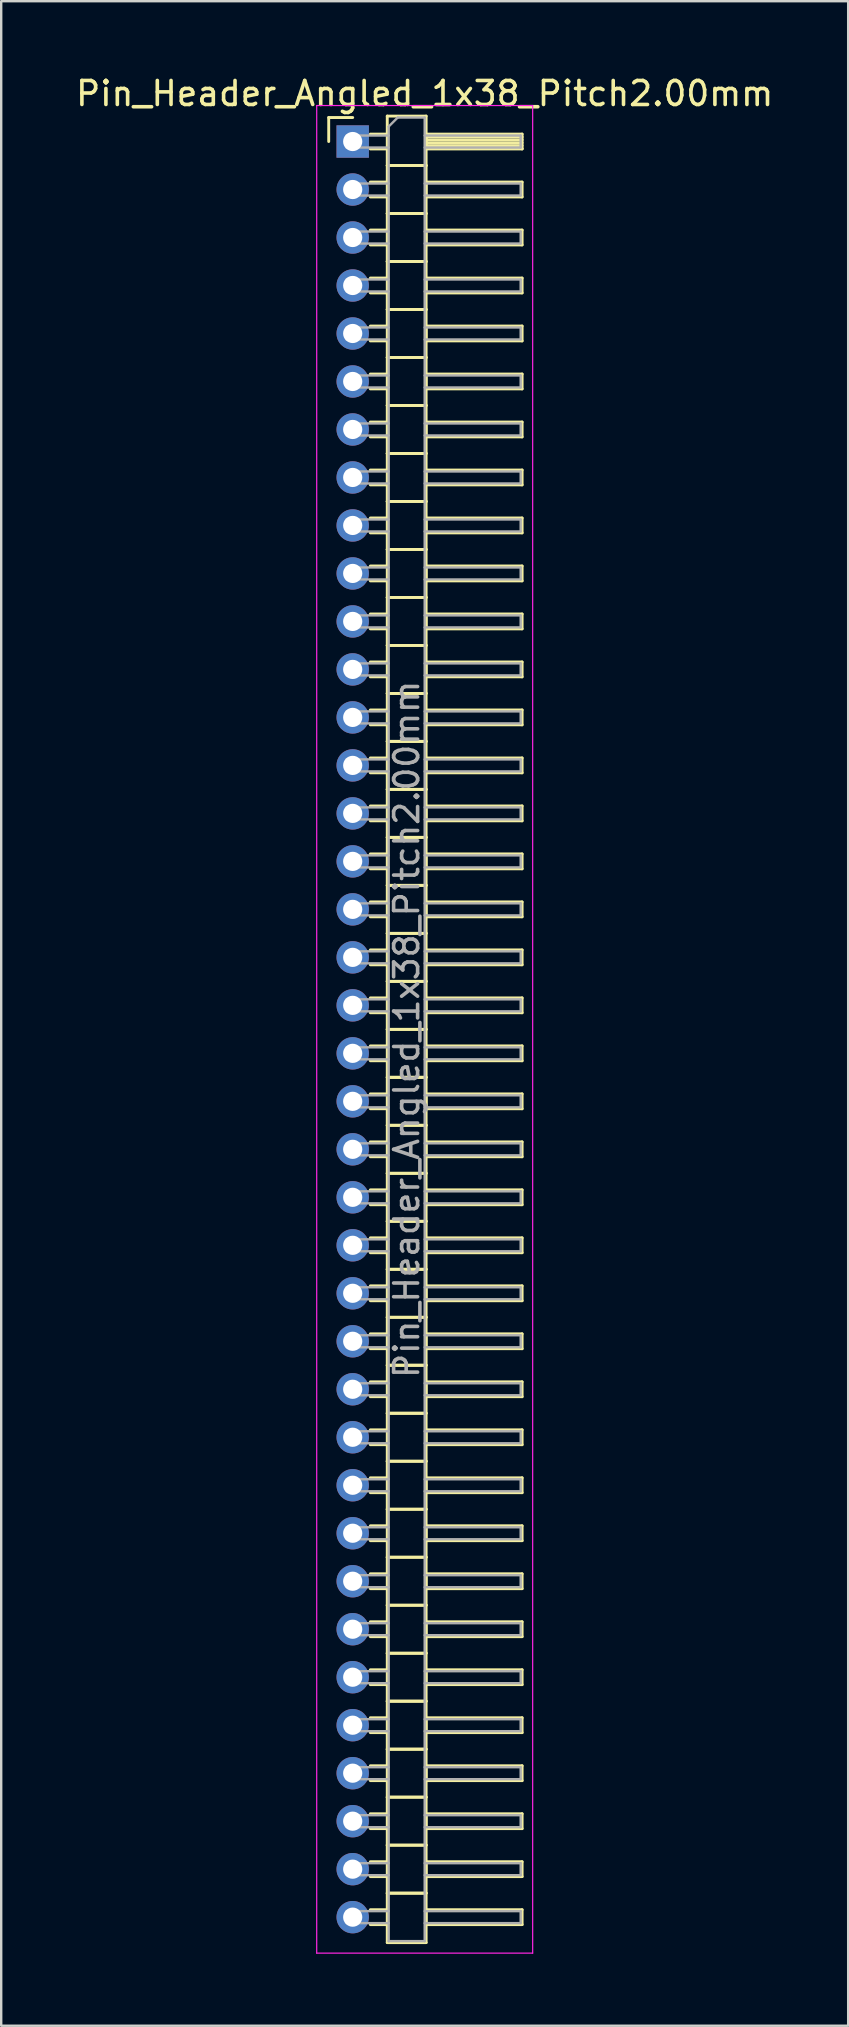
<source format=kicad_pcb>
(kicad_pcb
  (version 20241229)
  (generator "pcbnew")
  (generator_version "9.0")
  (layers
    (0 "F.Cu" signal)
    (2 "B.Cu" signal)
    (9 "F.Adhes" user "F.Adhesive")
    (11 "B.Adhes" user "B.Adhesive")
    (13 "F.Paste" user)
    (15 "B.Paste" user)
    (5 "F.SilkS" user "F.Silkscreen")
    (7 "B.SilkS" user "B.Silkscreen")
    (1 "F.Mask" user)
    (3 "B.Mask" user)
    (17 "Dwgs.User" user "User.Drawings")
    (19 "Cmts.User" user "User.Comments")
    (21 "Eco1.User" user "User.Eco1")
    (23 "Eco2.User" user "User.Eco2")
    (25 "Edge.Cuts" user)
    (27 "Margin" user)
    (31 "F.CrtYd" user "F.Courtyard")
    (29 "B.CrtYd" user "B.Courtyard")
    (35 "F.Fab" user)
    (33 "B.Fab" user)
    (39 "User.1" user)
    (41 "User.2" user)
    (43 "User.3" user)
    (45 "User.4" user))
  (footprint "Pin_Header_Angled_1x38_Pitch2.00mm"
    (layer "F.Cu")
    (at 11.649 2.848)
    (property "Reference" "Pin_Header_Angled_1x38_Pitch2.00mm" (at 3 -2 0) (layer "F.SilkS") (effects (font (size 1 1) (thickness 0.15))))
    (attr through_hole)
    (fp_line (start -1 -1) (end 0 -1) (stroke (width 0.12) (type solid)) (layer "F.SilkS"))
    (fp_line (start -1 0) (end -1 -1) (stroke (width 0.12) (type solid)) (layer "F.SilkS"))
    (fp_line (start 0.735 -0.31) (end 1.44 -0.31) (stroke (width 0.12) (type solid)) (layer "F.SilkS"))
    (fp_line (start 0.735 0.31) (end 1.44 0.31) (stroke (width 0.12) (type solid)) (layer "F.SilkS"))
    (fp_line (start 0.735 1.69) (end 1.44 1.69) (stroke (width 0.12) (type solid)) (layer "F.SilkS"))
    (fp_line (start 0.735 2.31) (end 1.44 2.31) (stroke (width 0.12) (type solid)) (layer "F.SilkS"))
    (fp_line (start 0.735 3.69) (end 1.44 3.69) (stroke (width 0.12) (type solid)) (layer "F.SilkS"))
    (fp_line (start 0.735 4.31) (end 1.44 4.31) (stroke (width 0.12) (type solid)) (layer "F.SilkS"))
    (fp_line (start 0.735 5.69) (end 1.44 5.69) (stroke (width 0.12) (type solid)) (layer "F.SilkS"))
    (fp_line (start 0.735 6.31) (end 1.44 6.31) (stroke (width 0.12) (type solid)) (layer "F.SilkS"))
    (fp_line (start 0.735 7.69) (end 1.44 7.69) (stroke (width 0.12) (type solid)) (layer "F.SilkS"))
    (fp_line (start 0.735 8.31) (end 1.44 8.31) (stroke (width 0.12) (type solid)) (layer "F.SilkS"))
    (fp_line (start 0.735 9.69) (end 1.44 9.69) (stroke (width 0.12) (type solid)) (layer "F.SilkS"))
    (fp_line (start 0.735 10.31) (end 1.44 10.31) (stroke (width 0.12) (type solid)) (layer "F.SilkS"))
    (fp_line (start 0.735 11.69) (end 1.44 11.69) (stroke (width 0.12) (type solid)) (layer "F.SilkS"))
    (fp_line (start 0.735 12.31) (end 1.44 12.31) (stroke (width 0.12) (type solid)) (layer "F.SilkS"))
    (fp_line (start 0.735 13.69) (end 1.44 13.69) (stroke (width 0.12) (type solid)) (layer "F.SilkS"))
    (fp_line (start 0.735 14.31) (end 1.44 14.31) (stroke (width 0.12) (type solid)) (layer "F.SilkS"))
    (fp_line (start 0.735 15.69) (end 1.44 15.69) (stroke (width 0.12) (type solid)) (layer "F.SilkS"))
    (fp_line (start 0.735 16.31) (end 1.44 16.31) (stroke (width 0.12) (type solid)) (layer "F.SilkS"))
    (fp_line (start 0.735 17.69) (end 1.44 17.69) (stroke (width 0.12) (type solid)) (layer "F.SilkS"))
    (fp_line (start 0.735 18.31) (end 1.44 18.31) (stroke (width 0.12) (type solid)) (layer "F.SilkS"))
    (fp_line (start 0.735 19.69) (end 1.44 19.69) (stroke (width 0.12) (type solid)) (layer "F.SilkS"))
    (fp_line (start 0.735 20.31) (end 1.44 20.31) (stroke (width 0.12) (type solid)) (layer "F.SilkS"))
    (fp_line (start 0.735 21.69) (end 1.44 21.69) (stroke (width 0.12) (type solid)) (layer "F.SilkS"))
    (fp_line (start 0.735 22.31) (end 1.44 22.31) (stroke (width 0.12) (type solid)) (layer "F.SilkS"))
    (fp_line (start 0.735 23.69) (end 1.44 23.69) (stroke (width 0.12) (type solid)) (layer "F.SilkS"))
    (fp_line (start 0.735 24.31) (end 1.44 24.31) (stroke (width 0.12) (type solid)) (layer "F.SilkS"))
    (fp_line (start 0.735 25.69) (end 1.44 25.69) (stroke (width 0.12) (type solid)) (layer "F.SilkS"))
    (fp_line (start 0.735 26.31) (end 1.44 26.31) (stroke (width 0.12) (type solid)) (layer "F.SilkS"))
    (fp_line (start 0.735 27.69) (end 1.44 27.69) (stroke (width 0.12) (type solid)) (layer "F.SilkS"))
    (fp_line (start 0.735 28.31) (end 1.44 28.31) (stroke (width 0.12) (type solid)) (layer "F.SilkS"))
    (fp_line (start 0.735 29.69) (end 1.44 29.69) (stroke (width 0.12) (type solid)) (layer "F.SilkS"))
    (fp_line (start 0.735 30.31) (end 1.44 30.31) (stroke (width 0.12) (type solid)) (layer "F.SilkS"))
    (fp_line (start 0.735 31.69) (end 1.44 31.69) (stroke (width 0.12) (type solid)) (layer "F.SilkS"))
    (fp_line (start 0.735 32.31) (end 1.44 32.31) (stroke (width 0.12) (type solid)) (layer "F.SilkS"))
    (fp_line (start 0.735 33.69) (end 1.44 33.69) (stroke (width 0.12) (type solid)) (layer "F.SilkS"))
    (fp_line (start 0.735 34.31) (end 1.44 34.31) (stroke (width 0.12) (type solid)) (layer "F.SilkS"))
    (fp_line (start 0.735 35.69) (end 1.44 35.69) (stroke (width 0.12) (type solid)) (layer "F.SilkS"))
    (fp_line (start 0.735 36.31) (end 1.44 36.31) (stroke (width 0.12) (type solid)) (layer "F.SilkS"))
    (fp_line (start 0.735 37.69) (end 1.44 37.69) (stroke (width 0.12) (type solid)) (layer "F.SilkS"))
    (fp_line (start 0.735 38.31) (end 1.44 38.31) (stroke (width 0.12) (type solid)) (layer "F.SilkS"))
    (fp_line (start 0.735 39.69) (end 1.44 39.69) (stroke (width 0.12) (type solid)) (layer "F.SilkS"))
    (fp_line (start 0.735 40.31) (end 1.44 40.31) (stroke (width 0.12) (type solid)) (layer "F.SilkS"))
    (fp_line (start 0.735 41.69) (end 1.44 41.69) (stroke (width 0.12) (type solid)) (layer "F.SilkS"))
    (fp_line (start 0.735 42.31) (end 1.44 42.31) (stroke (width 0.12) (type solid)) (layer "F.SilkS"))
    (fp_line (start 0.735 43.69) (end 1.44 43.69) (stroke (width 0.12) (type solid)) (layer "F.SilkS"))
    (fp_line (start 0.735 44.31) (end 1.44 44.31) (stroke (width 0.12) (type solid)) (layer "F.SilkS"))
    (fp_line (start 0.735 45.69) (end 1.44 45.69) (stroke (width 0.12) (type solid)) (layer "F.SilkS"))
    (fp_line (start 0.735 46.31) (end 1.44 46.31) (stroke (width 0.12) (type solid)) (layer "F.SilkS"))
    (fp_line (start 0.735 47.69) (end 1.44 47.69) (stroke (width 0.12) (type solid)) (layer "F.SilkS"))
    (fp_line (start 0.735 48.31) (end 1.44 48.31) (stroke (width 0.12) (type solid)) (layer "F.SilkS"))
    (fp_line (start 0.735 49.69) (end 1.44 49.69) (stroke (width 0.12) (type solid)) (layer "F.SilkS"))
    (fp_line (start 0.735 50.31) (end 1.44 50.31) (stroke (width 0.12) (type solid)) (layer "F.SilkS"))
    (fp_line (start 0.735 51.69) (end 1.44 51.69) (stroke (width 0.12) (type solid)) (layer "F.SilkS"))
    (fp_line (start 0.735 52.31) (end 1.44 52.31) (stroke (width 0.12) (type solid)) (layer "F.SilkS"))
    (fp_line (start 0.735 53.69) (end 1.44 53.69) (stroke (width 0.12) (type solid)) (layer "F.SilkS"))
    (fp_line (start 0.735 54.31) (end 1.44 54.31) (stroke (width 0.12) (type solid)) (layer "F.SilkS"))
    (fp_line (start 0.735 55.69) (end 1.44 55.69) (stroke (width 0.12) (type solid)) (layer "F.SilkS"))
    (fp_line (start 0.735 56.31) (end 1.44 56.31) (stroke (width 0.12) (type solid)) (layer "F.SilkS"))
    (fp_line (start 0.735 57.69) (end 1.44 57.69) (stroke (width 0.12) (type solid)) (layer "F.SilkS"))
    (fp_line (start 0.735 58.31) (end 1.44 58.31) (stroke (width 0.12) (type solid)) (layer "F.SilkS"))
    (fp_line (start 0.735 59.69) (end 1.44 59.69) (stroke (width 0.12) (type solid)) (layer "F.SilkS"))
    (fp_line (start 0.735 60.31) (end 1.44 60.31) (stroke (width 0.12) (type solid)) (layer "F.SilkS"))
    (fp_line (start 0.735 61.69) (end 1.44 61.69) (stroke (width 0.12) (type solid)) (layer "F.SilkS"))
    (fp_line (start 0.735 62.31) (end 1.44 62.31) (stroke (width 0.12) (type solid)) (layer "F.SilkS"))
    (fp_line (start 0.735 63.69) (end 1.44 63.69) (stroke (width 0.12) (type solid)) (layer "F.SilkS"))
    (fp_line (start 0.735 64.31) (end 1.44 64.31) (stroke (width 0.12) (type solid)) (layer "F.SilkS"))
    (fp_line (start 0.735 65.69) (end 1.44 65.69) (stroke (width 0.12) (type solid)) (layer "F.SilkS"))
    (fp_line (start 0.735 66.31) (end 1.44 66.31) (stroke (width 0.12) (type solid)) (layer "F.SilkS"))
    (fp_line (start 0.735 67.69) (end 1.44 67.69) (stroke (width 0.12) (type solid)) (layer "F.SilkS"))
    (fp_line (start 0.735 68.31) (end 1.44 68.31) (stroke (width 0.12) (type solid)) (layer "F.SilkS"))
    (fp_line (start 0.735 69.69) (end 1.44 69.69) (stroke (width 0.12) (type solid)) (layer "F.SilkS"))
    (fp_line (start 0.735 70.31) (end 1.44 70.31) (stroke (width 0.12) (type solid)) (layer "F.SilkS"))
    (fp_line (start 0.735 71.69) (end 1.44 71.69) (stroke (width 0.12) (type solid)) (layer "F.SilkS"))
    (fp_line (start 0.735 72.31) (end 1.44 72.31) (stroke (width 0.12) (type solid)) (layer "F.SilkS"))
    (fp_line (start 0.735 73.69) (end 1.44 73.69) (stroke (width 0.12) (type solid)) (layer "F.SilkS"))
    (fp_line (start 0.735 74.31) (end 1.44 74.31) (stroke (width 0.12) (type solid)) (layer "F.SilkS"))
    (fp_line (start 1.44 -1.06) (end 1.44 1) (stroke (width 0.12) (type solid)) (layer "F.SilkS"))
    (fp_line (start 1.44 1) (end 1.44 3) (stroke (width 0.12) (type solid)) (layer "F.SilkS"))
    (fp_line (start 1.44 1) (end 3.06 1) (stroke (width 0.12) (type solid)) (layer "F.SilkS"))
    (fp_line (start 1.44 3) (end 1.44 5) (stroke (width 0.12) (type solid)) (layer "F.SilkS"))
    (fp_line (start 1.44 3) (end 3.06 3) (stroke (width 0.12) (type solid)) (layer "F.SilkS"))
    (fp_line (start 1.44 5) (end 1.44 7) (stroke (width 0.12) (type solid)) (layer "F.SilkS"))
    (fp_line (start 1.44 5) (end 3.06 5) (stroke (width 0.12) (type solid)) (layer "F.SilkS"))
    (fp_line (start 1.44 7) (end 1.44 9) (stroke (width 0.12) (type solid)) (layer "F.SilkS"))
    (fp_line (start 1.44 7) (end 3.06 7) (stroke (width 0.12) (type solid)) (layer "F.SilkS"))
    (fp_line (start 1.44 9) (end 1.44 11) (stroke (width 0.12) (type solid)) (layer "F.SilkS"))
    (fp_line (start 1.44 9) (end 3.06 9) (stroke (width 0.12) (type solid)) (layer "F.SilkS"))
    (fp_line (start 1.44 11) (end 1.44 13) (stroke (width 0.12) (type solid)) (layer "F.SilkS"))
    (fp_line (start 1.44 11) (end 3.06 11) (stroke (width 0.12) (type solid)) (layer "F.SilkS"))
    (fp_line (start 1.44 13) (end 1.44 15) (stroke (width 0.12) (type solid)) (layer "F.SilkS"))
    (fp_line (start 1.44 13) (end 3.06 13) (stroke (width 0.12) (type solid)) (layer "F.SilkS"))
    (fp_line (start 1.44 15) (end 1.44 17) (stroke (width 0.12) (type solid)) (layer "F.SilkS"))
    (fp_line (start 1.44 15) (end 3.06 15) (stroke (width 0.12) (type solid)) (layer "F.SilkS"))
    (fp_line (start 1.44 17) (end 1.44 19) (stroke (width 0.12) (type solid)) (layer "F.SilkS"))
    (fp_line (start 1.44 17) (end 3.06 17) (stroke (width 0.12) (type solid)) (layer "F.SilkS"))
    (fp_line (start 1.44 19) (end 1.44 21) (stroke (width 0.12) (type solid)) (layer "F.SilkS"))
    (fp_line (start 1.44 19) (end 3.06 19) (stroke (width 0.12) (type solid)) (layer "F.SilkS"))
    (fp_line (start 1.44 21) (end 1.44 23) (stroke (width 0.12) (type solid)) (layer "F.SilkS"))
    (fp_line (start 1.44 21) (end 3.06 21) (stroke (width 0.12) (type solid)) (layer "F.SilkS"))
    (fp_line (start 1.44 23) (end 1.44 25) (stroke (width 0.12) (type solid)) (layer "F.SilkS"))
    (fp_line (start 1.44 23) (end 3.06 23) (stroke (width 0.12) (type solid)) (layer "F.SilkS"))
    (fp_line (start 1.44 25) (end 1.44 27) (stroke (width 0.12) (type solid)) (layer "F.SilkS"))
    (fp_line (start 1.44 25) (end 3.06 25) (stroke (width 0.12) (type solid)) (layer "F.SilkS"))
    (fp_line (start 1.44 27) (end 1.44 29) (stroke (width 0.12) (type solid)) (layer "F.SilkS"))
    (fp_line (start 1.44 27) (end 3.06 27) (stroke (width 0.12) (type solid)) (layer "F.SilkS"))
    (fp_line (start 1.44 29) (end 1.44 31) (stroke (width 0.12) (type solid)) (layer "F.SilkS"))
    (fp_line (start 1.44 29) (end 3.06 29) (stroke (width 0.12) (type solid)) (layer "F.SilkS"))
    (fp_line (start 1.44 31) (end 1.44 33) (stroke (width 0.12) (type solid)) (layer "F.SilkS"))
    (fp_line (start 1.44 31) (end 3.06 31) (stroke (width 0.12) (type solid)) (layer "F.SilkS"))
    (fp_line (start 1.44 33) (end 1.44 35) (stroke (width 0.12) (type solid)) (layer "F.SilkS"))
    (fp_line (start 1.44 33) (end 3.06 33) (stroke (width 0.12) (type solid)) (layer "F.SilkS"))
    (fp_line (start 1.44 35) (end 1.44 37) (stroke (width 0.12) (type solid)) (layer "F.SilkS"))
    (fp_line (start 1.44 35) (end 3.06 35) (stroke (width 0.12) (type solid)) (layer "F.SilkS"))
    (fp_line (start 1.44 37) (end 1.44 39) (stroke (width 0.12) (type solid)) (layer "F.SilkS"))
    (fp_line (start 1.44 37) (end 3.06 37) (stroke (width 0.12) (type solid)) (layer "F.SilkS"))
    (fp_line (start 1.44 39) (end 1.44 41) (stroke (width 0.12) (type solid)) (layer "F.SilkS"))
    (fp_line (start 1.44 39) (end 3.06 39) (stroke (width 0.12) (type solid)) (layer "F.SilkS"))
    (fp_line (start 1.44 41) (end 1.44 43) (stroke (width 0.12) (type solid)) (layer "F.SilkS"))
    (fp_line (start 1.44 41) (end 3.06 41) (stroke (width 0.12) (type solid)) (layer "F.SilkS"))
    (fp_line (start 1.44 43) (end 1.44 45) (stroke (width 0.12) (type solid)) (layer "F.SilkS"))
    (fp_line (start 1.44 43) (end 3.06 43) (stroke (width 0.12) (type solid)) (layer "F.SilkS"))
    (fp_line (start 1.44 45) (end 1.44 47) (stroke (width 0.12) (type solid)) (layer "F.SilkS"))
    (fp_line (start 1.44 45) (end 3.06 45) (stroke (width 0.12) (type solid)) (layer "F.SilkS"))
    (fp_line (start 1.44 47) (end 1.44 49) (stroke (width 0.12) (type solid)) (layer "F.SilkS"))
    (fp_line (start 1.44 47) (end 3.06 47) (stroke (width 0.12) (type solid)) (layer "F.SilkS"))
    (fp_line (start 1.44 49) (end 1.44 51) (stroke (width 0.12) (type solid)) (layer "F.SilkS"))
    (fp_line (start 1.44 49) (end 3.06 49) (stroke (width 0.12) (type solid)) (layer "F.SilkS"))
    (fp_line (start 1.44 51) (end 1.44 53) (stroke (width 0.12) (type solid)) (layer "F.SilkS"))
    (fp_line (start 1.44 51) (end 3.06 51) (stroke (width 0.12) (type solid)) (layer "F.SilkS"))
    (fp_line (start 1.44 53) (end 1.44 55) (stroke (width 0.12) (type solid)) (layer "F.SilkS"))
    (fp_line (start 1.44 53) (end 3.06 53) (stroke (width 0.12) (type solid)) (layer "F.SilkS"))
    (fp_line (start 1.44 55) (end 1.44 57) (stroke (width 0.12) (type solid)) (layer "F.SilkS"))
    (fp_line (start 1.44 55) (end 3.06 55) (stroke (width 0.12) (type solid)) (layer "F.SilkS"))
    (fp_line (start 1.44 57) (end 1.44 59) (stroke (width 0.12) (type solid)) (layer "F.SilkS"))
    (fp_line (start 1.44 57) (end 3.06 57) (stroke (width 0.12) (type solid)) (layer "F.SilkS"))
    (fp_line (start 1.44 59) (end 1.44 61) (stroke (width 0.12) (type solid)) (layer "F.SilkS"))
    (fp_line (start 1.44 59) (end 3.06 59) (stroke (width 0.12) (type solid)) (layer "F.SilkS"))
    (fp_line (start 1.44 61) (end 1.44 63) (stroke (width 0.12) (type solid)) (layer "F.SilkS"))
    (fp_line (start 1.44 61) (end 3.06 61) (stroke (width 0.12) (type solid)) (layer "F.SilkS"))
    (fp_line (start 1.44 63) (end 1.44 65) (stroke (width 0.12) (type solid)) (layer "F.SilkS"))
    (fp_line (start 1.44 63) (end 3.06 63) (stroke (width 0.12) (type solid)) (layer "F.SilkS"))
    (fp_line (start 1.44 65) (end 1.44 67) (stroke (width 0.12) (type solid)) (layer "F.SilkS"))
    (fp_line (start 1.44 65) (end 3.06 65) (stroke (width 0.12) (type solid)) (layer "F.SilkS"))
    (fp_line (start 1.44 67) (end 1.44 69) (stroke (width 0.12) (type solid)) (layer "F.SilkS"))
    (fp_line (start 1.44 67) (end 3.06 67) (stroke (width 0.12) (type solid)) (layer "F.SilkS"))
    (fp_line (start 1.44 69) (end 1.44 71) (stroke (width 0.12) (type solid)) (layer "F.SilkS"))
    (fp_line (start 1.44 69) (end 3.06 69) (stroke (width 0.12) (type solid)) (layer "F.SilkS"))
    (fp_line (start 1.44 71) (end 1.44 73) (stroke (width 0.12) (type solid)) (layer "F.SilkS"))
    (fp_line (start 1.44 71) (end 3.06 71) (stroke (width 0.12) (type solid)) (layer "F.SilkS"))
    (fp_line (start 1.44 73) (end 1.44 75.06) (stroke (width 0.12) (type solid)) (layer "F.SilkS"))
    (fp_line (start 1.44 73) (end 3.06 73) (stroke (width 0.12) (type solid)) (layer "F.SilkS"))
    (fp_line (start 1.44 75.06) (end 3.06 75.06) (stroke (width 0.12) (type solid)) (layer "F.SilkS"))
    (fp_line (start 3.06 -1.06) (end 1.44 -1.06) (stroke (width 0.12) (type solid)) (layer "F.SilkS"))
    (fp_line (start 3.06 -0.31) (end 3.06 0.31) (stroke (width 0.12) (type solid)) (layer "F.SilkS"))
    (fp_line (start 3.06 -0.19) (end 7.06 -0.19) (stroke (width 0.12) (type solid)) (layer "F.SilkS"))
    (fp_line (start 3.06 -0.07) (end 7.06 -0.07) (stroke (width 0.12) (type solid)) (layer "F.SilkS"))
    (fp_line (start 3.06 0.05) (end 7.06 0.05) (stroke (width 0.12) (type solid)) (layer "F.SilkS"))
    (fp_line (start 3.06 0.17) (end 7.06 0.17) (stroke (width 0.12) (type solid)) (layer "F.SilkS"))
    (fp_line (start 3.06 0.29) (end 7.06 0.29) (stroke (width 0.12) (type solid)) (layer "F.SilkS"))
    (fp_line (start 3.06 0.31) (end 7.06 0.31) (stroke (width 0.12) (type solid)) (layer "F.SilkS"))
    (fp_line (start 3.06 1) (end 1.44 1) (stroke (width 0.12) (type solid)) (layer "F.SilkS"))
    (fp_line (start 3.06 1) (end 3.06 -1.06) (stroke (width 0.12) (type solid)) (layer "F.SilkS"))
    (fp_line (start 3.06 1.69) (end 3.06 2.31) (stroke (width 0.12) (type solid)) (layer "F.SilkS"))
    (fp_line (start 3.06 2.31) (end 7.06 2.31) (stroke (width 0.12) (type solid)) (layer "F.SilkS"))
    (fp_line (start 3.06 3) (end 1.44 3) (stroke (width 0.12) (type solid)) (layer "F.SilkS"))
    (fp_line (start 3.06 3) (end 3.06 1) (stroke (width 0.12) (type solid)) (layer "F.SilkS"))
    (fp_line (start 3.06 3.69) (end 3.06 4.31) (stroke (width 0.12) (type solid)) (layer "F.SilkS"))
    (fp_line (start 3.06 4.31) (end 7.06 4.31) (stroke (width 0.12) (type solid)) (layer "F.SilkS"))
    (fp_line (start 3.06 5) (end 1.44 5) (stroke (width 0.12) (type solid)) (layer "F.SilkS"))
    (fp_line (start 3.06 5) (end 3.06 3) (stroke (width 0.12) (type solid)) (layer "F.SilkS"))
    (fp_line (start 3.06 5.69) (end 3.06 6.31) (stroke (width 0.12) (type solid)) (layer "F.SilkS"))
    (fp_line (start 3.06 6.31) (end 7.06 6.31) (stroke (width 0.12) (type solid)) (layer "F.SilkS"))
    (fp_line (start 3.06 7) (end 1.44 7) (stroke (width 0.12) (type solid)) (layer "F.SilkS"))
    (fp_line (start 3.06 7) (end 3.06 5) (stroke (width 0.12) (type solid)) (layer "F.SilkS"))
    (fp_line (start 3.06 7.69) (end 3.06 8.31) (stroke (width 0.12) (type solid)) (layer "F.SilkS"))
    (fp_line (start 3.06 8.31) (end 7.06 8.31) (stroke (width 0.12) (type solid)) (layer "F.SilkS"))
    (fp_line (start 3.06 9) (end 1.44 9) (stroke (width 0.12) (type solid)) (layer "F.SilkS"))
    (fp_line (start 3.06 9) (end 3.06 7) (stroke (width 0.12) (type solid)) (layer "F.SilkS"))
    (fp_line (start 3.06 9.69) (end 3.06 10.31) (stroke (width 0.12) (type solid)) (layer "F.SilkS"))
    (fp_line (start 3.06 10.31) (end 7.06 10.31) (stroke (width 0.12) (type solid)) (layer "F.SilkS"))
    (fp_line (start 3.06 11) (end 1.44 11) (stroke (width 0.12) (type solid)) (layer "F.SilkS"))
    (fp_line (start 3.06 11) (end 3.06 9) (stroke (width 0.12) (type solid)) (layer "F.SilkS"))
    (fp_line (start 3.06 11.69) (end 3.06 12.31) (stroke (width 0.12) (type solid)) (layer "F.SilkS"))
    (fp_line (start 3.06 12.31) (end 7.06 12.31) (stroke (width 0.12) (type solid)) (layer "F.SilkS"))
    (fp_line (start 3.06 13) (end 1.44 13) (stroke (width 0.12) (type solid)) (layer "F.SilkS"))
    (fp_line (start 3.06 13) (end 3.06 11) (stroke (width 0.12) (type solid)) (layer "F.SilkS"))
    (fp_line (start 3.06 13.69) (end 3.06 14.31) (stroke (width 0.12) (type solid)) (layer "F.SilkS"))
    (fp_line (start 3.06 14.31) (end 7.06 14.31) (stroke (width 0.12) (type solid)) (layer "F.SilkS"))
    (fp_line (start 3.06 15) (end 1.44 15) (stroke (width 0.12) (type solid)) (layer "F.SilkS"))
    (fp_line (start 3.06 15) (end 3.06 13) (stroke (width 0.12) (type solid)) (layer "F.SilkS"))
    (fp_line (start 3.06 15.69) (end 3.06 16.31) (stroke (width 0.12) (type solid)) (layer "F.SilkS"))
    (fp_line (start 3.06 16.31) (end 7.06 16.31) (stroke (width 0.12) (type solid)) (layer "F.SilkS"))
    (fp_line (start 3.06 17) (end 1.44 17) (stroke (width 0.12) (type solid)) (layer "F.SilkS"))
    (fp_line (start 3.06 17) (end 3.06 15) (stroke (width 0.12) (type solid)) (layer "F.SilkS"))
    (fp_line (start 3.06 17.69) (end 3.06 18.31) (stroke (width 0.12) (type solid)) (layer "F.SilkS"))
    (fp_line (start 3.06 18.31) (end 7.06 18.31) (stroke (width 0.12) (type solid)) (layer "F.SilkS"))
    (fp_line (start 3.06 19) (end 1.44 19) (stroke (width 0.12) (type solid)) (layer "F.SilkS"))
    (fp_line (start 3.06 19) (end 3.06 17) (stroke (width 0.12) (type solid)) (layer "F.SilkS"))
    (fp_line (start 3.06 19.69) (end 3.06 20.31) (stroke (width 0.12) (type solid)) (layer "F.SilkS"))
    (fp_line (start 3.06 20.31) (end 7.06 20.31) (stroke (width 0.12) (type solid)) (layer "F.SilkS"))
    (fp_line (start 3.06 21) (end 1.44 21) (stroke (width 0.12) (type solid)) (layer "F.SilkS"))
    (fp_line (start 3.06 21) (end 3.06 19) (stroke (width 0.12) (type solid)) (layer "F.SilkS"))
    (fp_line (start 3.06 21.69) (end 3.06 22.31) (stroke (width 0.12) (type solid)) (layer "F.SilkS"))
    (fp_line (start 3.06 22.31) (end 7.06 22.31) (stroke (width 0.12) (type solid)) (layer "F.SilkS"))
    (fp_line (start 3.06 23) (end 1.44 23) (stroke (width 0.12) (type solid)) (layer "F.SilkS"))
    (fp_line (start 3.06 23) (end 3.06 21) (stroke (width 0.12) (type solid)) (layer "F.SilkS"))
    (fp_line (start 3.06 23.69) (end 3.06 24.31) (stroke (width 0.12) (type solid)) (layer "F.SilkS"))
    (fp_line (start 3.06 24.31) (end 7.06 24.31) (stroke (width 0.12) (type solid)) (layer "F.SilkS"))
    (fp_line (start 3.06 25) (end 1.44 25) (stroke (width 0.12) (type solid)) (layer "F.SilkS"))
    (fp_line (start 3.06 25) (end 3.06 23) (stroke (width 0.12) (type solid)) (layer "F.SilkS"))
    (fp_line (start 3.06 25.69) (end 3.06 26.31) (stroke (width 0.12) (type solid)) (layer "F.SilkS"))
    (fp_line (start 3.06 26.31) (end 7.06 26.31) (stroke (width 0.12) (type solid)) (layer "F.SilkS"))
    (fp_line (start 3.06 27) (end 1.44 27) (stroke (width 0.12) (type solid)) (layer "F.SilkS"))
    (fp_line (start 3.06 27) (end 3.06 25) (stroke (width 0.12) (type solid)) (layer "F.SilkS"))
    (fp_line (start 3.06 27.69) (end 3.06 28.31) (stroke (width 0.12) (type solid)) (layer "F.SilkS"))
    (fp_line (start 3.06 28.31) (end 7.06 28.31) (stroke (width 0.12) (type solid)) (layer "F.SilkS"))
    (fp_line (start 3.06 29) (end 1.44 29) (stroke (width 0.12) (type solid)) (layer "F.SilkS"))
    (fp_line (start 3.06 29) (end 3.06 27) (stroke (width 0.12) (type solid)) (layer "F.SilkS"))
    (fp_line (start 3.06 29.69) (end 3.06 30.31) (stroke (width 0.12) (type solid)) (layer "F.SilkS"))
    (fp_line (start 3.06 30.31) (end 7.06 30.31) (stroke (width 0.12) (type solid)) (layer "F.SilkS"))
    (fp_line (start 3.06 31) (end 1.44 31) (stroke (width 0.12) (type solid)) (layer "F.SilkS"))
    (fp_line (start 3.06 31) (end 3.06 29) (stroke (width 0.12) (type solid)) (layer "F.SilkS"))
    (fp_line (start 3.06 31.69) (end 3.06 32.31) (stroke (width 0.12) (type solid)) (layer "F.SilkS"))
    (fp_line (start 3.06 32.31) (end 7.06 32.31) (stroke (width 0.12) (type solid)) (layer "F.SilkS"))
    (fp_line (start 3.06 33) (end 1.44 33) (stroke (width 0.12) (type solid)) (layer "F.SilkS"))
    (fp_line (start 3.06 33) (end 3.06 31) (stroke (width 0.12) (type solid)) (layer "F.SilkS"))
    (fp_line (start 3.06 33.69) (end 3.06 34.31) (stroke (width 0.12) (type solid)) (layer "F.SilkS"))
    (fp_line (start 3.06 34.31) (end 7.06 34.31) (stroke (width 0.12) (type solid)) (layer "F.SilkS"))
    (fp_line (start 3.06 35) (end 1.44 35) (stroke (width 0.12) (type solid)) (layer "F.SilkS"))
    (fp_line (start 3.06 35) (end 3.06 33) (stroke (width 0.12) (type solid)) (layer "F.SilkS"))
    (fp_line (start 3.06 35.69) (end 3.06 36.31) (stroke (width 0.12) (type solid)) (layer "F.SilkS"))
    (fp_line (start 3.06 36.31) (end 7.06 36.31) (stroke (width 0.12) (type solid)) (layer "F.SilkS"))
    (fp_line (start 3.06 37) (end 1.44 37) (stroke (width 0.12) (type solid)) (layer "F.SilkS"))
    (fp_line (start 3.06 37) (end 3.06 35) (stroke (width 0.12) (type solid)) (layer "F.SilkS"))
    (fp_line (start 3.06 37.69) (end 3.06 38.31) (stroke (width 0.12) (type solid)) (layer "F.SilkS"))
    (fp_line (start 3.06 38.31) (end 7.06 38.31) (stroke (width 0.12) (type solid)) (layer "F.SilkS"))
    (fp_line (start 3.06 39) (end 1.44 39) (stroke (width 0.12) (type solid)) (layer "F.SilkS"))
    (fp_line (start 3.06 39) (end 3.06 37) (stroke (width 0.12) (type solid)) (layer "F.SilkS"))
    (fp_line (start 3.06 39.69) (end 3.06 40.31) (stroke (width 0.12) (type solid)) (layer "F.SilkS"))
    (fp_line (start 3.06 40.31) (end 7.06 40.31) (stroke (width 0.12) (type solid)) (layer "F.SilkS"))
    (fp_line (start 3.06 41) (end 1.44 41) (stroke (width 0.12) (type solid)) (layer "F.SilkS"))
    (fp_line (start 3.06 41) (end 3.06 39) (stroke (width 0.12) (type solid)) (layer "F.SilkS"))
    (fp_line (start 3.06 41.69) (end 3.06 42.31) (stroke (width 0.12) (type solid)) (layer "F.SilkS"))
    (fp_line (start 3.06 42.31) (end 7.06 42.31) (stroke (width 0.12) (type solid)) (layer "F.SilkS"))
    (fp_line (start 3.06 43) (end 1.44 43) (stroke (width 0.12) (type solid)) (layer "F.SilkS"))
    (fp_line (start 3.06 43) (end 3.06 41) (stroke (width 0.12) (type solid)) (layer "F.SilkS"))
    (fp_line (start 3.06 43.69) (end 3.06 44.31) (stroke (width 0.12) (type solid)) (layer "F.SilkS"))
    (fp_line (start 3.06 44.31) (end 7.06 44.31) (stroke (width 0.12) (type solid)) (layer "F.SilkS"))
    (fp_line (start 3.06 45) (end 1.44 45) (stroke (width 0.12) (type solid)) (layer "F.SilkS"))
    (fp_line (start 3.06 45) (end 3.06 43) (stroke (width 0.12) (type solid)) (layer "F.SilkS"))
    (fp_line (start 3.06 45.69) (end 3.06 46.31) (stroke (width 0.12) (type solid)) (layer "F.SilkS"))
    (fp_line (start 3.06 46.31) (end 7.06 46.31) (stroke (width 0.12) (type solid)) (layer "F.SilkS"))
    (fp_line (start 3.06 47) (end 1.44 47) (stroke (width 0.12) (type solid)) (layer "F.SilkS"))
    (fp_line (start 3.06 47) (end 3.06 45) (stroke (width 0.12) (type solid)) (layer "F.SilkS"))
    (fp_line (start 3.06 47.69) (end 3.06 48.31) (stroke (width 0.12) (type solid)) (layer "F.SilkS"))
    (fp_line (start 3.06 48.31) (end 7.06 48.31) (stroke (width 0.12) (type solid)) (layer "F.SilkS"))
    (fp_line (start 3.06 49) (end 1.44 49) (stroke (width 0.12) (type solid)) (layer "F.SilkS"))
    (fp_line (start 3.06 49) (end 3.06 47) (stroke (width 0.12) (type solid)) (layer "F.SilkS"))
    (fp_line (start 3.06 49.69) (end 3.06 50.31) (stroke (width 0.12) (type solid)) (layer "F.SilkS"))
    (fp_line (start 3.06 50.31) (end 7.06 50.31) (stroke (width 0.12) (type solid)) (layer "F.SilkS"))
    (fp_line (start 3.06 51) (end 1.44 51) (stroke (width 0.12) (type solid)) (layer "F.SilkS"))
    (fp_line (start 3.06 51) (end 3.06 49) (stroke (width 0.12) (type solid)) (layer "F.SilkS"))
    (fp_line (start 3.06 51.69) (end 3.06 52.31) (stroke (width 0.12) (type solid)) (layer "F.SilkS"))
    (fp_line (start 3.06 52.31) (end 7.06 52.31) (stroke (width 0.12) (type solid)) (layer "F.SilkS"))
    (fp_line (start 3.06 53) (end 1.44 53) (stroke (width 0.12) (type solid)) (layer "F.SilkS"))
    (fp_line (start 3.06 53) (end 3.06 51) (stroke (width 0.12) (type solid)) (layer "F.SilkS"))
    (fp_line (start 3.06 53.69) (end 3.06 54.31) (stroke (width 0.12) (type solid)) (layer "F.SilkS"))
    (fp_line (start 3.06 54.31) (end 7.06 54.31) (stroke (width 0.12) (type solid)) (layer "F.SilkS"))
    (fp_line (start 3.06 55) (end 1.44 55) (stroke (width 0.12) (type solid)) (layer "F.SilkS"))
    (fp_line (start 3.06 55) (end 3.06 53) (stroke (width 0.12) (type solid)) (layer "F.SilkS"))
    (fp_line (start 3.06 55.69) (end 3.06 56.31) (stroke (width 0.12) (type solid)) (layer "F.SilkS"))
    (fp_line (start 3.06 56.31) (end 7.06 56.31) (stroke (width 0.12) (type solid)) (layer "F.SilkS"))
    (fp_line (start 3.06 57) (end 1.44 57) (stroke (width 0.12) (type solid)) (layer "F.SilkS"))
    (fp_line (start 3.06 57) (end 3.06 55) (stroke (width 0.12) (type solid)) (layer "F.SilkS"))
    (fp_line (start 3.06 57.69) (end 3.06 58.31) (stroke (width 0.12) (type solid)) (layer "F.SilkS"))
    (fp_line (start 3.06 58.31) (end 7.06 58.31) (stroke (width 0.12) (type solid)) (layer "F.SilkS"))
    (fp_line (start 3.06 59) (end 1.44 59) (stroke (width 0.12) (type solid)) (layer "F.SilkS"))
    (fp_line (start 3.06 59) (end 3.06 57) (stroke (width 0.12) (type solid)) (layer "F.SilkS"))
    (fp_line (start 3.06 59.69) (end 3.06 60.31) (stroke (width 0.12) (type solid)) (layer "F.SilkS"))
    (fp_line (start 3.06 60.31) (end 7.06 60.31) (stroke (width 0.12) (type solid)) (layer "F.SilkS"))
    (fp_line (start 3.06 61) (end 1.44 61) (stroke (width 0.12) (type solid)) (layer "F.SilkS"))
    (fp_line (start 3.06 61) (end 3.06 59) (stroke (width 0.12) (type solid)) (layer "F.SilkS"))
    (fp_line (start 3.06 61.69) (end 3.06 62.31) (stroke (width 0.12) (type solid)) (layer "F.SilkS"))
    (fp_line (start 3.06 62.31) (end 7.06 62.31) (stroke (width 0.12) (type solid)) (layer "F.SilkS"))
    (fp_line (start 3.06 63) (end 1.44 63) (stroke (width 0.12) (type solid)) (layer "F.SilkS"))
    (fp_line (start 3.06 63) (end 3.06 61) (stroke (width 0.12) (type solid)) (layer "F.SilkS"))
    (fp_line (start 3.06 63.69) (end 3.06 64.31) (stroke (width 0.12) (type solid)) (layer "F.SilkS"))
    (fp_line (start 3.06 64.31) (end 7.06 64.31) (stroke (width 0.12) (type solid)) (layer "F.SilkS"))
    (fp_line (start 3.06 65) (end 1.44 65) (stroke (width 0.12) (type solid)) (layer "F.SilkS"))
    (fp_line (start 3.06 65) (end 3.06 63) (stroke (width 0.12) (type solid)) (layer "F.SilkS"))
    (fp_line (start 3.06 65.69) (end 3.06 66.31) (stroke (width 0.12) (type solid)) (layer "F.SilkS"))
    (fp_line (start 3.06 66.31) (end 7.06 66.31) (stroke (width 0.12) (type solid)) (layer "F.SilkS"))
    (fp_line (start 3.06 67) (end 1.44 67) (stroke (width 0.12) (type solid)) (layer "F.SilkS"))
    (fp_line (start 3.06 67) (end 3.06 65) (stroke (width 0.12) (type solid)) (layer "F.SilkS"))
    (fp_line (start 3.06 67.69) (end 3.06 68.31) (stroke (width 0.12) (type solid)) (layer "F.SilkS"))
    (fp_line (start 3.06 68.31) (end 7.06 68.31) (stroke (width 0.12) (type solid)) (layer "F.SilkS"))
    (fp_line (start 3.06 69) (end 1.44 69) (stroke (width 0.12) (type solid)) (layer "F.SilkS"))
    (fp_line (start 3.06 69) (end 3.06 67) (stroke (width 0.12) (type solid)) (layer "F.SilkS"))
    (fp_line (start 3.06 69.69) (end 3.06 70.31) (stroke (width 0.12) (type solid)) (layer "F.SilkS"))
    (fp_line (start 3.06 70.31) (end 7.06 70.31) (stroke (width 0.12) (type solid)) (layer "F.SilkS"))
    (fp_line (start 3.06 71) (end 1.44 71) (stroke (width 0.12) (type solid)) (layer "F.SilkS"))
    (fp_line (start 3.06 71) (end 3.06 69) (stroke (width 0.12) (type solid)) (layer "F.SilkS"))
    (fp_line (start 3.06 71.69) (end 3.06 72.31) (stroke (width 0.12) (type solid)) (layer "F.SilkS"))
    (fp_line (start 3.06 72.31) (end 7.06 72.31) (stroke (width 0.12) (type solid)) (layer "F.SilkS"))
    (fp_line (start 3.06 73) (end 1.44 73) (stroke (width 0.12) (type solid)) (layer "F.SilkS"))
    (fp_line (start 3.06 73) (end 3.06 71) (stroke (width 0.12) (type solid)) (layer "F.SilkS"))
    (fp_line (start 3.06 73.69) (end 3.06 74.31) (stroke (width 0.12) (type solid)) (layer "F.SilkS"))
    (fp_line (start 3.06 74.31) (end 7.06 74.31) (stroke (width 0.12) (type solid)) (layer "F.SilkS"))
    (fp_line (start 3.06 75.06) (end 3.06 73) (stroke (width 0.12) (type solid)) (layer "F.SilkS"))
    (fp_line (start 7.06 -0.31) (end 3.06 -0.31) (stroke (width 0.12) (type solid)) (layer "F.SilkS"))
    (fp_line (start 7.06 0.31) (end 7.06 -0.31) (stroke (width 0.12) (type solid)) (layer "F.SilkS"))
    (fp_line (start 7.06 1.69) (end 3.06 1.69) (stroke (width 0.12) (type solid)) (layer "F.SilkS"))
    (fp_line (start 7.06 2.31) (end 7.06 1.69) (stroke (width 0.12) (type solid)) (layer "F.SilkS"))
    (fp_line (start 7.06 3.69) (end 3.06 3.69) (stroke (width 0.12) (type solid)) (layer "F.SilkS"))
    (fp_line (start 7.06 4.31) (end 7.06 3.69) (stroke (width 0.12) (type solid)) (layer "F.SilkS"))
    (fp_line (start 7.06 5.69) (end 3.06 5.69) (stroke (width 0.12) (type solid)) (layer "F.SilkS"))
    (fp_line (start 7.06 6.31) (end 7.06 5.69) (stroke (width 0.12) (type solid)) (layer "F.SilkS"))
    (fp_line (start 7.06 7.69) (end 3.06 7.69) (stroke (width 0.12) (type solid)) (layer "F.SilkS"))
    (fp_line (start 7.06 8.31) (end 7.06 7.69) (stroke (width 0.12) (type solid)) (layer "F.SilkS"))
    (fp_line (start 7.06 9.69) (end 3.06 9.69) (stroke (width 0.12) (type solid)) (layer "F.SilkS"))
    (fp_line (start 7.06 10.31) (end 7.06 9.69) (stroke (width 0.12) (type solid)) (layer "F.SilkS"))
    (fp_line (start 7.06 11.69) (end 3.06 11.69) (stroke (width 0.12) (type solid)) (layer "F.SilkS"))
    (fp_line (start 7.06 12.31) (end 7.06 11.69) (stroke (width 0.12) (type solid)) (layer "F.SilkS"))
    (fp_line (start 7.06 13.69) (end 3.06 13.69) (stroke (width 0.12) (type solid)) (layer "F.SilkS"))
    (fp_line (start 7.06 14.31) (end 7.06 13.69) (stroke (width 0.12) (type solid)) (layer "F.SilkS"))
    (fp_line (start 7.06 15.69) (end 3.06 15.69) (stroke (width 0.12) (type solid)) (layer "F.SilkS"))
    (fp_line (start 7.06 16.31) (end 7.06 15.69) (stroke (width 0.12) (type solid)) (layer "F.SilkS"))
    (fp_line (start 7.06 17.69) (end 3.06 17.69) (stroke (width 0.12) (type solid)) (layer "F.SilkS"))
    (fp_line (start 7.06 18.31) (end 7.06 17.69) (stroke (width 0.12) (type solid)) (layer "F.SilkS"))
    (fp_line (start 7.06 19.69) (end 3.06 19.69) (stroke (width 0.12) (type solid)) (layer "F.SilkS"))
    (fp_line (start 7.06 20.31) (end 7.06 19.69) (stroke (width 0.12) (type solid)) (layer "F.SilkS"))
    (fp_line (start 7.06 21.69) (end 3.06 21.69) (stroke (width 0.12) (type solid)) (layer "F.SilkS"))
    (fp_line (start 7.06 22.31) (end 7.06 21.69) (stroke (width 0.12) (type solid)) (layer "F.SilkS"))
    (fp_line (start 7.06 23.69) (end 3.06 23.69) (stroke (width 0.12) (type solid)) (layer "F.SilkS"))
    (fp_line (start 7.06 24.31) (end 7.06 23.69) (stroke (width 0.12) (type solid)) (layer "F.SilkS"))
    (fp_line (start 7.06 25.69) (end 3.06 25.69) (stroke (width 0.12) (type solid)) (layer "F.SilkS"))
    (fp_line (start 7.06 26.31) (end 7.06 25.69) (stroke (width 0.12) (type solid)) (layer "F.SilkS"))
    (fp_line (start 7.06 27.69) (end 3.06 27.69) (stroke (width 0.12) (type solid)) (layer "F.SilkS"))
    (fp_line (start 7.06 28.31) (end 7.06 27.69) (stroke (width 0.12) (type solid)) (layer "F.SilkS"))
    (fp_line (start 7.06 29.69) (end 3.06 29.69) (stroke (width 0.12) (type solid)) (layer "F.SilkS"))
    (fp_line (start 7.06 30.31) (end 7.06 29.69) (stroke (width 0.12) (type solid)) (layer "F.SilkS"))
    (fp_line (start 7.06 31.69) (end 3.06 31.69) (stroke (width 0.12) (type solid)) (layer "F.SilkS"))
    (fp_line (start 7.06 32.31) (end 7.06 31.69) (stroke (width 0.12) (type solid)) (layer "F.SilkS"))
    (fp_line (start 7.06 33.69) (end 3.06 33.69) (stroke (width 0.12) (type solid)) (layer "F.SilkS"))
    (fp_line (start 7.06 34.31) (end 7.06 33.69) (stroke (width 0.12) (type solid)) (layer "F.SilkS"))
    (fp_line (start 7.06 35.69) (end 3.06 35.69) (stroke (width 0.12) (type solid)) (layer "F.SilkS"))
    (fp_line (start 7.06 36.31) (end 7.06 35.69) (stroke (width 0.12) (type solid)) (layer "F.SilkS"))
    (fp_line (start 7.06 37.69) (end 3.06 37.69) (stroke (width 0.12) (type solid)) (layer "F.SilkS"))
    (fp_line (start 7.06 38.31) (end 7.06 37.69) (stroke (width 0.12) (type solid)) (layer "F.SilkS"))
    (fp_line (start 7.06 39.69) (end 3.06 39.69) (stroke (width 0.12) (type solid)) (layer "F.SilkS"))
    (fp_line (start 7.06 40.31) (end 7.06 39.69) (stroke (width 0.12) (type solid)) (layer "F.SilkS"))
    (fp_line (start 7.06 41.69) (end 3.06 41.69) (stroke (width 0.12) (type solid)) (layer "F.SilkS"))
    (fp_line (start 7.06 42.31) (end 7.06 41.69) (stroke (width 0.12) (type solid)) (layer "F.SilkS"))
    (fp_line (start 7.06 43.69) (end 3.06 43.69) (stroke (width 0.12) (type solid)) (layer "F.SilkS"))
    (fp_line (start 7.06 44.31) (end 7.06 43.69) (stroke (width 0.12) (type solid)) (layer "F.SilkS"))
    (fp_line (start 7.06 45.69) (end 3.06 45.69) (stroke (width 0.12) (type solid)) (layer "F.SilkS"))
    (fp_line (start 7.06 46.31) (end 7.06 45.69) (stroke (width 0.12) (type solid)) (layer "F.SilkS"))
    (fp_line (start 7.06 47.69) (end 3.06 47.69) (stroke (width 0.12) (type solid)) (layer "F.SilkS"))
    (fp_line (start 7.06 48.31) (end 7.06 47.69) (stroke (width 0.12) (type solid)) (layer "F.SilkS"))
    (fp_line (start 7.06 49.69) (end 3.06 49.69) (stroke (width 0.12) (type solid)) (layer "F.SilkS"))
    (fp_line (start 7.06 50.31) (end 7.06 49.69) (stroke (width 0.12) (type solid)) (layer "F.SilkS"))
    (fp_line (start 7.06 51.69) (end 3.06 51.69) (stroke (width 0.12) (type solid)) (layer "F.SilkS"))
    (fp_line (start 7.06 52.31) (end 7.06 51.69) (stroke (width 0.12) (type solid)) (layer "F.SilkS"))
    (fp_line (start 7.06 53.69) (end 3.06 53.69) (stroke (width 0.12) (type solid)) (layer "F.SilkS"))
    (fp_line (start 7.06 54.31) (end 7.06 53.69) (stroke (width 0.12) (type solid)) (layer "F.SilkS"))
    (fp_line (start 7.06 55.69) (end 3.06 55.69) (stroke (width 0.12) (type solid)) (layer "F.SilkS"))
    (fp_line (start 7.06 56.31) (end 7.06 55.69) (stroke (width 0.12) (type solid)) (layer "F.SilkS"))
    (fp_line (start 7.06 57.69) (end 3.06 57.69) (stroke (width 0.12) (type solid)) (layer "F.SilkS"))
    (fp_line (start 7.06 58.31) (end 7.06 57.69) (stroke (width 0.12) (type solid)) (layer "F.SilkS"))
    (fp_line (start 7.06 59.69) (end 3.06 59.69) (stroke (width 0.12) (type solid)) (layer "F.SilkS"))
    (fp_line (start 7.06 60.31) (end 7.06 59.69) (stroke (width 0.12) (type solid)) (layer "F.SilkS"))
    (fp_line (start 7.06 61.69) (end 3.06 61.69) (stroke (width 0.12) (type solid)) (layer "F.SilkS"))
    (fp_line (start 7.06 62.31) (end 7.06 61.69) (stroke (width 0.12) (type solid)) (layer "F.SilkS"))
    (fp_line (start 7.06 63.69) (end 3.06 63.69) (stroke (width 0.12) (type solid)) (layer "F.SilkS"))
    (fp_line (start 7.06 64.31) (end 7.06 63.69) (stroke (width 0.12) (type solid)) (layer "F.SilkS"))
    (fp_line (start 7.06 65.69) (end 3.06 65.69) (stroke (width 0.12) (type solid)) (layer "F.SilkS"))
    (fp_line (start 7.06 66.31) (end 7.06 65.69) (stroke (width 0.12) (type solid)) (layer "F.SilkS"))
    (fp_line (start 7.06 67.69) (end 3.06 67.69) (stroke (width 0.12) (type solid)) (layer "F.SilkS"))
    (fp_line (start 7.06 68.31) (end 7.06 67.69) (stroke (width 0.12) (type solid)) (layer "F.SilkS"))
    (fp_line (start 7.06 69.69) (end 3.06 69.69) (stroke (width 0.12) (type solid)) (layer "F.SilkS"))
    (fp_line (start 7.06 70.31) (end 7.06 69.69) (stroke (width 0.12) (type solid)) (layer "F.SilkS"))
    (fp_line (start 7.06 71.69) (end 3.06 71.69) (stroke (width 0.12) (type solid)) (layer "F.SilkS"))
    (fp_line (start 7.06 72.31) (end 7.06 71.69) (stroke (width 0.12) (type solid)) (layer "F.SilkS"))
    (fp_line (start 7.06 73.69) (end 3.06 73.69) (stroke (width 0.12) (type solid)) (layer "F.SilkS"))
    (fp_line (start 7.06 74.31) (end 7.06 73.69) (stroke (width 0.12) (type solid)) (layer "F.SilkS"))
    (fp_line (start -1.5 -1.5) (end -1.5 75.5) (stroke (width 0.05) (type solid)) (layer "F.CrtYd"))
    (fp_line (start -1.5 75.5) (end 7.5 75.5) (stroke (width 0.05) (type solid)) (layer "F.CrtYd"))
    (fp_line (start 7.5 -1.5) (end -1.5 -1.5) (stroke (width 0.05) (type solid)) (layer "F.CrtYd"))
    (fp_line (start 7.5 75.5) (end 7.5 -1.5) (stroke (width 0.05) (type solid)) (layer "F.CrtYd"))
    (fp_line (start -0.25 -0.25) (end -0.25 0.25) (stroke (width 0.1) (type solid)) (layer "F.Fab"))
    (fp_line (start -0.25 -0.25) (end 1.5 -0.25) (stroke (width 0.1) (type solid)) (layer "F.Fab"))
    (fp_line (start -0.25 0.25) (end 1.5 0.25) (stroke (width 0.1) (type solid)) (layer "F.Fab"))
    (fp_line (start -0.25 1.75) (end -0.25 2.25) (stroke (width 0.1) (type solid)) (layer "F.Fab"))
    (fp_line (start -0.25 1.75) (end 1.5 1.75) (stroke (width 0.1) (type solid)) (layer "F.Fab"))
    (fp_line (start -0.25 2.25) (end 1.5 2.25) (stroke (width 0.1) (type solid)) (layer "F.Fab"))
    (fp_line (start -0.25 3.75) (end -0.25 4.25) (stroke (width 0.1) (type solid)) (layer "F.Fab"))
    (fp_line (start -0.25 3.75) (end 1.5 3.75) (stroke (width 0.1) (type solid)) (layer "F.Fab"))
    (fp_line (start -0.25 4.25) (end 1.5 4.25) (stroke (width 0.1) (type solid)) (layer "F.Fab"))
    (fp_line (start -0.25 5.75) (end -0.25 6.25) (stroke (width 0.1) (type solid)) (layer "F.Fab"))
    (fp_line (start -0.25 5.75) (end 1.5 5.75) (stroke (width 0.1) (type solid)) (layer "F.Fab"))
    (fp_line (start -0.25 6.25) (end 1.5 6.25) (stroke (width 0.1) (type solid)) (layer "F.Fab"))
    (fp_line (start -0.25 7.75) (end -0.25 8.25) (stroke (width 0.1) (type solid)) (layer "F.Fab"))
    (fp_line (start -0.25 7.75) (end 1.5 7.75) (stroke (width 0.1) (type solid)) (layer "F.Fab"))
    (fp_line (start -0.25 8.25) (end 1.5 8.25) (stroke (width 0.1) (type solid)) (layer "F.Fab"))
    (fp_line (start -0.25 9.75) (end -0.25 10.25) (stroke (width 0.1) (type solid)) (layer "F.Fab"))
    (fp_line (start -0.25 9.75) (end 1.5 9.75) (stroke (width 0.1) (type solid)) (layer "F.Fab"))
    (fp_line (start -0.25 10.25) (end 1.5 10.25) (stroke (width 0.1) (type solid)) (layer "F.Fab"))
    (fp_line (start -0.25 11.75) (end -0.25 12.25) (stroke (width 0.1) (type solid)) (layer "F.Fab"))
    (fp_line (start -0.25 11.75) (end 1.5 11.75) (stroke (width 0.1) (type solid)) (layer "F.Fab"))
    (fp_line (start -0.25 12.25) (end 1.5 12.25) (stroke (width 0.1) (type solid)) (layer "F.Fab"))
    (fp_line (start -0.25 13.75) (end -0.25 14.25) (stroke (width 0.1) (type solid)) (layer "F.Fab"))
    (fp_line (start -0.25 13.75) (end 1.5 13.75) (stroke (width 0.1) (type solid)) (layer "F.Fab"))
    (fp_line (start -0.25 14.25) (end 1.5 14.25) (stroke (width 0.1) (type solid)) (layer "F.Fab"))
    (fp_line (start -0.25 15.75) (end -0.25 16.25) (stroke (width 0.1) (type solid)) (layer "F.Fab"))
    (fp_line (start -0.25 15.75) (end 1.5 15.75) (stroke (width 0.1) (type solid)) (layer "F.Fab"))
    (fp_line (start -0.25 16.25) (end 1.5 16.25) (stroke (width 0.1) (type solid)) (layer "F.Fab"))
    (fp_line (start -0.25 17.75) (end -0.25 18.25) (stroke (width 0.1) (type solid)) (layer "F.Fab"))
    (fp_line (start -0.25 17.75) (end 1.5 17.75) (stroke (width 0.1) (type solid)) (layer "F.Fab"))
    (fp_line (start -0.25 18.25) (end 1.5 18.25) (stroke (width 0.1) (type solid)) (layer "F.Fab"))
    (fp_line (start -0.25 19.75) (end -0.25 20.25) (stroke (width 0.1) (type solid)) (layer "F.Fab"))
    (fp_line (start -0.25 19.75) (end 1.5 19.75) (stroke (width 0.1) (type solid)) (layer "F.Fab"))
    (fp_line (start -0.25 20.25) (end 1.5 20.25) (stroke (width 0.1) (type solid)) (layer "F.Fab"))
    (fp_line (start -0.25 21.75) (end -0.25 22.25) (stroke (width 0.1) (type solid)) (layer "F.Fab"))
    (fp_line (start -0.25 21.75) (end 1.5 21.75) (stroke (width 0.1) (type solid)) (layer "F.Fab"))
    (fp_line (start -0.25 22.25) (end 1.5 22.25) (stroke (width 0.1) (type solid)) (layer "F.Fab"))
    (fp_line (start -0.25 23.75) (end -0.25 24.25) (stroke (width 0.1) (type solid)) (layer "F.Fab"))
    (fp_line (start -0.25 23.75) (end 1.5 23.75) (stroke (width 0.1) (type solid)) (layer "F.Fab"))
    (fp_line (start -0.25 24.25) (end 1.5 24.25) (stroke (width 0.1) (type solid)) (layer "F.Fab"))
    (fp_line (start -0.25 25.75) (end -0.25 26.25) (stroke (width 0.1) (type solid)) (layer "F.Fab"))
    (fp_line (start -0.25 25.75) (end 1.5 25.75) (stroke (width 0.1) (type solid)) (layer "F.Fab"))
    (fp_line (start -0.25 26.25) (end 1.5 26.25) (stroke (width 0.1) (type solid)) (layer "F.Fab"))
    (fp_line (start -0.25 27.75) (end -0.25 28.25) (stroke (width 0.1) (type solid)) (layer "F.Fab"))
    (fp_line (start -0.25 27.75) (end 1.5 27.75) (stroke (width 0.1) (type solid)) (layer "F.Fab"))
    (fp_line (start -0.25 28.25) (end 1.5 28.25) (stroke (width 0.1) (type solid)) (layer "F.Fab"))
    (fp_line (start -0.25 29.75) (end -0.25 30.25) (stroke (width 0.1) (type solid)) (layer "F.Fab"))
    (fp_line (start -0.25 29.75) (end 1.5 29.75) (stroke (width 0.1) (type solid)) (layer "F.Fab"))
    (fp_line (start -0.25 30.25) (end 1.5 30.25) (stroke (width 0.1) (type solid)) (layer "F.Fab"))
    (fp_line (start -0.25 31.75) (end -0.25 32.25) (stroke (width 0.1) (type solid)) (layer "F.Fab"))
    (fp_line (start -0.25 31.75) (end 1.5 31.75) (stroke (width 0.1) (type solid)) (layer "F.Fab"))
    (fp_line (start -0.25 32.25) (end 1.5 32.25) (stroke (width 0.1) (type solid)) (layer "F.Fab"))
    (fp_line (start -0.25 33.75) (end -0.25 34.25) (stroke (width 0.1) (type solid)) (layer "F.Fab"))
    (fp_line (start -0.25 33.75) (end 1.5 33.75) (stroke (width 0.1) (type solid)) (layer "F.Fab"))
    (fp_line (start -0.25 34.25) (end 1.5 34.25) (stroke (width 0.1) (type solid)) (layer "F.Fab"))
    (fp_line (start -0.25 35.75) (end -0.25 36.25) (stroke (width 0.1) (type solid)) (layer "F.Fab"))
    (fp_line (start -0.25 35.75) (end 1.5 35.75) (stroke (width 0.1) (type solid)) (layer "F.Fab"))
    (fp_line (start -0.25 36.25) (end 1.5 36.25) (stroke (width 0.1) (type solid)) (layer "F.Fab"))
    (fp_line (start -0.25 37.75) (end -0.25 38.25) (stroke (width 0.1) (type solid)) (layer "F.Fab"))
    (fp_line (start -0.25 37.75) (end 1.5 37.75) (stroke (width 0.1) (type solid)) (layer "F.Fab"))
    (fp_line (start -0.25 38.25) (end 1.5 38.25) (stroke (width 0.1) (type solid)) (layer "F.Fab"))
    (fp_line (start -0.25 39.75) (end -0.25 40.25) (stroke (width 0.1) (type solid)) (layer "F.Fab"))
    (fp_line (start -0.25 39.75) (end 1.5 39.75) (stroke (width 0.1) (type solid)) (layer "F.Fab"))
    (fp_line (start -0.25 40.25) (end 1.5 40.25) (stroke (width 0.1) (type solid)) (layer "F.Fab"))
    (fp_line (start -0.25 41.75) (end -0.25 42.25) (stroke (width 0.1) (type solid)) (layer "F.Fab"))
    (fp_line (start -0.25 41.75) (end 1.5 41.75) (stroke (width 0.1) (type solid)) (layer "F.Fab"))
    (fp_line (start -0.25 42.25) (end 1.5 42.25) (stroke (width 0.1) (type solid)) (layer "F.Fab"))
    (fp_line (start -0.25 43.75) (end -0.25 44.25) (stroke (width 0.1) (type solid)) (layer "F.Fab"))
    (fp_line (start -0.25 43.75) (end 1.5 43.75) (stroke (width 0.1) (type solid)) (layer "F.Fab"))
    (fp_line (start -0.25 44.25) (end 1.5 44.25) (stroke (width 0.1) (type solid)) (layer "F.Fab"))
    (fp_line (start -0.25 45.75) (end -0.25 46.25) (stroke (width 0.1) (type solid)) (layer "F.Fab"))
    (fp_line (start -0.25 45.75) (end 1.5 45.75) (stroke (width 0.1) (type solid)) (layer "F.Fab"))
    (fp_line (start -0.25 46.25) (end 1.5 46.25) (stroke (width 0.1) (type solid)) (layer "F.Fab"))
    (fp_line (start -0.25 47.75) (end -0.25 48.25) (stroke (width 0.1) (type solid)) (layer "F.Fab"))
    (fp_line (start -0.25 47.75) (end 1.5 47.75) (stroke (width 0.1) (type solid)) (layer "F.Fab"))
    (fp_line (start -0.25 48.25) (end 1.5 48.25) (stroke (width 0.1) (type solid)) (layer "F.Fab"))
    (fp_line (start -0.25 49.75) (end -0.25 50.25) (stroke (width 0.1) (type solid)) (layer "F.Fab"))
    (fp_line (start -0.25 49.75) (end 1.5 49.75) (stroke (width 0.1) (type solid)) (layer "F.Fab"))
    (fp_line (start -0.25 50.25) (end 1.5 50.25) (stroke (width 0.1) (type solid)) (layer "F.Fab"))
    (fp_line (start -0.25 51.75) (end -0.25 52.25) (stroke (width 0.1) (type solid)) (layer "F.Fab"))
    (fp_line (start -0.25 51.75) (end 1.5 51.75) (stroke (width 0.1) (type solid)) (layer "F.Fab"))
    (fp_line (start -0.25 52.25) (end 1.5 52.25) (stroke (width 0.1) (type solid)) (layer "F.Fab"))
    (fp_line (start -0.25 53.75) (end -0.25 54.25) (stroke (width 0.1) (type solid)) (layer "F.Fab"))
    (fp_line (start -0.25 53.75) (end 1.5 53.75) (stroke (width 0.1) (type solid)) (layer "F.Fab"))
    (fp_line (start -0.25 54.25) (end 1.5 54.25) (stroke (width 0.1) (type solid)) (layer "F.Fab"))
    (fp_line (start -0.25 55.75) (end -0.25 56.25) (stroke (width 0.1) (type solid)) (layer "F.Fab"))
    (fp_line (start -0.25 55.75) (end 1.5 55.75) (stroke (width 0.1) (type solid)) (layer "F.Fab"))
    (fp_line (start -0.25 56.25) (end 1.5 56.25) (stroke (width 0.1) (type solid)) (layer "F.Fab"))
    (fp_line (start -0.25 57.75) (end -0.25 58.25) (stroke (width 0.1) (type solid)) (layer "F.Fab"))
    (fp_line (start -0.25 57.75) (end 1.5 57.75) (stroke (width 0.1) (type solid)) (layer "F.Fab"))
    (fp_line (start -0.25 58.25) (end 1.5 58.25) (stroke (width 0.1) (type solid)) (layer "F.Fab"))
    (fp_line (start -0.25 59.75) (end -0.25 60.25) (stroke (width 0.1) (type solid)) (layer "F.Fab"))
    (fp_line (start -0.25 59.75) (end 1.5 59.75) (stroke (width 0.1) (type solid)) (layer "F.Fab"))
    (fp_line (start -0.25 60.25) (end 1.5 60.25) (stroke (width 0.1) (type solid)) (layer "F.Fab"))
    (fp_line (start -0.25 61.75) (end -0.25 62.25) (stroke (width 0.1) (type solid)) (layer "F.Fab"))
    (fp_line (start -0.25 61.75) (end 1.5 61.75) (stroke (width 0.1) (type solid)) (layer "F.Fab"))
    (fp_line (start -0.25 62.25) (end 1.5 62.25) (stroke (width 0.1) (type solid)) (layer "F.Fab"))
    (fp_line (start -0.25 63.75) (end -0.25 64.25) (stroke (width 0.1) (type solid)) (layer "F.Fab"))
    (fp_line (start -0.25 63.75) (end 1.5 63.75) (stroke (width 0.1) (type solid)) (layer "F.Fab"))
    (fp_line (start -0.25 64.25) (end 1.5 64.25) (stroke (width 0.1) (type solid)) (layer "F.Fab"))
    (fp_line (start -0.25 65.75) (end -0.25 66.25) (stroke (width 0.1) (type solid)) (layer "F.Fab"))
    (fp_line (start -0.25 65.75) (end 1.5 65.75) (stroke (width 0.1) (type solid)) (layer "F.Fab"))
    (fp_line (start -0.25 66.25) (end 1.5 66.25) (stroke (width 0.1) (type solid)) (layer "F.Fab"))
    (fp_line (start -0.25 67.75) (end -0.25 68.25) (stroke (width 0.1) (type solid)) (layer "F.Fab"))
    (fp_line (start -0.25 67.75) (end 1.5 67.75) (stroke (width 0.1) (type solid)) (layer "F.Fab"))
    (fp_line (start -0.25 68.25) (end 1.5 68.25) (stroke (width 0.1) (type solid)) (layer "F.Fab"))
    (fp_line (start -0.25 69.75) (end -0.25 70.25) (stroke (width 0.1) (type solid)) (layer "F.Fab"))
    (fp_line (start -0.25 69.75) (end 1.5 69.75) (stroke (width 0.1) (type solid)) (layer "F.Fab"))
    (fp_line (start -0.25 70.25) (end 1.5 70.25) (stroke (width 0.1) (type solid)) (layer "F.Fab"))
    (fp_line (start -0.25 71.75) (end -0.25 72.25) (stroke (width 0.1) (type solid)) (layer "F.Fab"))
    (fp_line (start -0.25 71.75) (end 1.5 71.75) (stroke (width 0.1) (type solid)) (layer "F.Fab"))
    (fp_line (start -0.25 72.25) (end 1.5 72.25) (stroke (width 0.1) (type solid)) (layer "F.Fab"))
    (fp_line (start -0.25 73.75) (end -0.25 74.25) (stroke (width 0.1) (type solid)) (layer "F.Fab"))
    (fp_line (start -0.25 73.75) (end 1.5 73.75) (stroke (width 0.1) (type solid)) (layer "F.Fab"))
    (fp_line (start -0.25 74.25) (end 1.5 74.25) (stroke (width 0.1) (type solid)) (layer "F.Fab"))
    (fp_line (start 1.5 -0.625) (end 1.875 -1) (stroke (width 0.1) (type solid)) (layer "F.Fab"))
    (fp_line (start 1.5 75) (end 1.5 -0.625) (stroke (width 0.1) (type solid)) (layer "F.Fab"))
    (fp_line (start 1.875 -1) (end 3 -1) (stroke (width 0.1) (type solid)) (layer "F.Fab"))
    (fp_line (start 3 -1) (end 3 75) (stroke (width 0.1) (type solid)) (layer "F.Fab"))
    (fp_line (start 3 -0.25) (end 7 -0.25) (stroke (width 0.1) (type solid)) (layer "F.Fab"))
    (fp_line (start 3 0.25) (end 7 0.25) (stroke (width 0.1) (type solid)) (layer "F.Fab"))
    (fp_line (start 3 1.75) (end 7 1.75) (stroke (width 0.1) (type solid)) (layer "F.Fab"))
    (fp_line (start 3 2.25) (end 7 2.25) (stroke (width 0.1) (type solid)) (layer "F.Fab"))
    (fp_line (start 3 3.75) (end 7 3.75) (stroke (width 0.1) (type solid)) (layer "F.Fab"))
    (fp_line (start 3 4.25) (end 7 4.25) (stroke (width 0.1) (type solid)) (layer "F.Fab"))
    (fp_line (start 3 5.75) (end 7 5.75) (stroke (width 0.1) (type solid)) (layer "F.Fab"))
    (fp_line (start 3 6.25) (end 7 6.25) (stroke (width 0.1) (type solid)) (layer "F.Fab"))
    (fp_line (start 3 7.75) (end 7 7.75) (stroke (width 0.1) (type solid)) (layer "F.Fab"))
    (fp_line (start 3 8.25) (end 7 8.25) (stroke (width 0.1) (type solid)) (layer "F.Fab"))
    (fp_line (start 3 9.75) (end 7 9.75) (stroke (width 0.1) (type solid)) (layer "F.Fab"))
    (fp_line (start 3 10.25) (end 7 10.25) (stroke (width 0.1) (type solid)) (layer "F.Fab"))
    (fp_line (start 3 11.75) (end 7 11.75) (stroke (width 0.1) (type solid)) (layer "F.Fab"))
    (fp_line (start 3 12.25) (end 7 12.25) (stroke (width 0.1) (type solid)) (layer "F.Fab"))
    (fp_line (start 3 13.75) (end 7 13.75) (stroke (width 0.1) (type solid)) (layer "F.Fab"))
    (fp_line (start 3 14.25) (end 7 14.25) (stroke (width 0.1) (type solid)) (layer "F.Fab"))
    (fp_line (start 3 15.75) (end 7 15.75) (stroke (width 0.1) (type solid)) (layer "F.Fab"))
    (fp_line (start 3 16.25) (end 7 16.25) (stroke (width 0.1) (type solid)) (layer "F.Fab"))
    (fp_line (start 3 17.75) (end 7 17.75) (stroke (width 0.1) (type solid)) (layer "F.Fab"))
    (fp_line (start 3 18.25) (end 7 18.25) (stroke (width 0.1) (type solid)) (layer "F.Fab"))
    (fp_line (start 3 19.75) (end 7 19.75) (stroke (width 0.1) (type solid)) (layer "F.Fab"))
    (fp_line (start 3 20.25) (end 7 20.25) (stroke (width 0.1) (type solid)) (layer "F.Fab"))
    (fp_line (start 3 21.75) (end 7 21.75) (stroke (width 0.1) (type solid)) (layer "F.Fab"))
    (fp_line (start 3 22.25) (end 7 22.25) (stroke (width 0.1) (type solid)) (layer "F.Fab"))
    (fp_line (start 3 23.75) (end 7 23.75) (stroke (width 0.1) (type solid)) (layer "F.Fab"))
    (fp_line (start 3 24.25) (end 7 24.25) (stroke (width 0.1) (type solid)) (layer "F.Fab"))
    (fp_line (start 3 25.75) (end 7 25.75) (stroke (width 0.1) (type solid)) (layer "F.Fab"))
    (fp_line (start 3 26.25) (end 7 26.25) (stroke (width 0.1) (type solid)) (layer "F.Fab"))
    (fp_line (start 3 27.75) (end 7 27.75) (stroke (width 0.1) (type solid)) (layer "F.Fab"))
    (fp_line (start 3 28.25) (end 7 28.25) (stroke (width 0.1) (type solid)) (layer "F.Fab"))
    (fp_line (start 3 29.75) (end 7 29.75) (stroke (width 0.1) (type solid)) (layer "F.Fab"))
    (fp_line (start 3 30.25) (end 7 30.25) (stroke (width 0.1) (type solid)) (layer "F.Fab"))
    (fp_line (start 3 31.75) (end 7 31.75) (stroke (width 0.1) (type solid)) (layer "F.Fab"))
    (fp_line (start 3 32.25) (end 7 32.25) (stroke (width 0.1) (type solid)) (layer "F.Fab"))
    (fp_line (start 3 33.75) (end 7 33.75) (stroke (width 0.1) (type solid)) (layer "F.Fab"))
    (fp_line (start 3 34.25) (end 7 34.25) (stroke (width 0.1) (type solid)) (layer "F.Fab"))
    (fp_line (start 3 35.75) (end 7 35.75) (stroke (width 0.1) (type solid)) (layer "F.Fab"))
    (fp_line (start 3 36.25) (end 7 36.25) (stroke (width 0.1) (type solid)) (layer "F.Fab"))
    (fp_line (start 3 37.75) (end 7 37.75) (stroke (width 0.1) (type solid)) (layer "F.Fab"))
    (fp_line (start 3 38.25) (end 7 38.25) (stroke (width 0.1) (type solid)) (layer "F.Fab"))
    (fp_line (start 3 39.75) (end 7 39.75) (stroke (width 0.1) (type solid)) (layer "F.Fab"))
    (fp_line (start 3 40.25) (end 7 40.25) (stroke (width 0.1) (type solid)) (layer "F.Fab"))
    (fp_line (start 3 41.75) (end 7 41.75) (stroke (width 0.1) (type solid)) (layer "F.Fab"))
    (fp_line (start 3 42.25) (end 7 42.25) (stroke (width 0.1) (type solid)) (layer "F.Fab"))
    (fp_line (start 3 43.75) (end 7 43.75) (stroke (width 0.1) (type solid)) (layer "F.Fab"))
    (fp_line (start 3 44.25) (end 7 44.25) (stroke (width 0.1) (type solid)) (layer "F.Fab"))
    (fp_line (start 3 45.75) (end 7 45.75) (stroke (width 0.1) (type solid)) (layer "F.Fab"))
    (fp_line (start 3 46.25) (end 7 46.25) (stroke (width 0.1) (type solid)) (layer "F.Fab"))
    (fp_line (start 3 47.75) (end 7 47.75) (stroke (width 0.1) (type solid)) (layer "F.Fab"))
    (fp_line (start 3 48.25) (end 7 48.25) (stroke (width 0.1) (type solid)) (layer "F.Fab"))
    (fp_line (start 3 49.75) (end 7 49.75) (stroke (width 0.1) (type solid)) (layer "F.Fab"))
    (fp_line (start 3 50.25) (end 7 50.25) (stroke (width 0.1) (type solid)) (layer "F.Fab"))
    (fp_line (start 3 51.75) (end 7 51.75) (stroke (width 0.1) (type solid)) (layer "F.Fab"))
    (fp_line (start 3 52.25) (end 7 52.25) (stroke (width 0.1) (type solid)) (layer "F.Fab"))
    (fp_line (start 3 53.75) (end 7 53.75) (stroke (width 0.1) (type solid)) (layer "F.Fab"))
    (fp_line (start 3 54.25) (end 7 54.25) (stroke (width 0.1) (type solid)) (layer "F.Fab"))
    (fp_line (start 3 55.75) (end 7 55.75) (stroke (width 0.1) (type solid)) (layer "F.Fab"))
    (fp_line (start 3 56.25) (end 7 56.25) (stroke (width 0.1) (type solid)) (layer "F.Fab"))
    (fp_line (start 3 57.75) (end 7 57.75) (stroke (width 0.1) (type solid)) (layer "F.Fab"))
    (fp_line (start 3 58.25) (end 7 58.25) (stroke (width 0.1) (type solid)) (layer "F.Fab"))
    (fp_line (start 3 59.75) (end 7 59.75) (stroke (width 0.1) (type solid)) (layer "F.Fab"))
    (fp_line (start 3 60.25) (end 7 60.25) (stroke (width 0.1) (type solid)) (layer "F.Fab"))
    (fp_line (start 3 61.75) (end 7 61.75) (stroke (width 0.1) (type solid)) (layer "F.Fab"))
    (fp_line (start 3 62.25) (end 7 62.25) (stroke (width 0.1) (type solid)) (layer "F.Fab"))
    (fp_line (start 3 63.75) (end 7 63.75) (stroke (width 0.1) (type solid)) (layer "F.Fab"))
    (fp_line (start 3 64.25) (end 7 64.25) (stroke (width 0.1) (type solid)) (layer "F.Fab"))
    (fp_line (start 3 65.75) (end 7 65.75) (stroke (width 0.1) (type solid)) (layer "F.Fab"))
    (fp_line (start 3 66.25) (end 7 66.25) (stroke (width 0.1) (type solid)) (layer "F.Fab"))
    (fp_line (start 3 67.75) (end 7 67.75) (stroke (width 0.1) (type solid)) (layer "F.Fab"))
    (fp_line (start 3 68.25) (end 7 68.25) (stroke (width 0.1) (type solid)) (layer "F.Fab"))
    (fp_line (start 3 69.75) (end 7 69.75) (stroke (width 0.1) (type solid)) (layer "F.Fab"))
    (fp_line (start 3 70.25) (end 7 70.25) (stroke (width 0.1) (type solid)) (layer "F.Fab"))
    (fp_line (start 3 71.75) (end 7 71.75) (stroke (width 0.1) (type solid)) (layer "F.Fab"))
    (fp_line (start 3 72.25) (end 7 72.25) (stroke (width 0.1) (type solid)) (layer "F.Fab"))
    (fp_line (start 3 73.75) (end 7 73.75) (stroke (width 0.1) (type solid)) (layer "F.Fab"))
    (fp_line (start 3 74.25) (end 7 74.25) (stroke (width 0.1) (type solid)) (layer "F.Fab"))
    (fp_line (start 3 75) (end 1.5 75) (stroke (width 0.1) (type solid)) (layer "F.Fab"))
    (fp_line (start 7 -0.25) (end 7 0.25) (stroke (width 0.1) (type solid)) (layer "F.Fab"))
    (fp_line (start 7 1.75) (end 7 2.25) (stroke (width 0.1) (type solid)) (layer "F.Fab"))
    (fp_line (start 7 3.75) (end 7 4.25) (stroke (width 0.1) (type solid)) (layer "F.Fab"))
    (fp_line (start 7 5.75) (end 7 6.25) (stroke (width 0.1) (type solid)) (layer "F.Fab"))
    (fp_line (start 7 7.75) (end 7 8.25) (stroke (width 0.1) (type solid)) (layer "F.Fab"))
    (fp_line (start 7 9.75) (end 7 10.25) (stroke (width 0.1) (type solid)) (layer "F.Fab"))
    (fp_line (start 7 11.75) (end 7 12.25) (stroke (width 0.1) (type solid)) (layer "F.Fab"))
    (fp_line (start 7 13.75) (end 7 14.25) (stroke (width 0.1) (type solid)) (layer "F.Fab"))
    (fp_line (start 7 15.75) (end 7 16.25) (stroke (width 0.1) (type solid)) (layer "F.Fab"))
    (fp_line (start 7 17.75) (end 7 18.25) (stroke (width 0.1) (type solid)) (layer "F.Fab"))
    (fp_line (start 7 19.75) (end 7 20.25) (stroke (width 0.1) (type solid)) (layer "F.Fab"))
    (fp_line (start 7 21.75) (end 7 22.25) (stroke (width 0.1) (type solid)) (layer "F.Fab"))
    (fp_line (start 7 23.75) (end 7 24.25) (stroke (width 0.1) (type solid)) (layer "F.Fab"))
    (fp_line (start 7 25.75) (end 7 26.25) (stroke (width 0.1) (type solid)) (layer "F.Fab"))
    (fp_line (start 7 27.75) (end 7 28.25) (stroke (width 0.1) (type solid)) (layer "F.Fab"))
    (fp_line (start 7 29.75) (end 7 30.25) (stroke (width 0.1) (type solid)) (layer "F.Fab"))
    (fp_line (start 7 31.75) (end 7 32.25) (stroke (width 0.1) (type solid)) (layer "F.Fab"))
    (fp_line (start 7 33.75) (end 7 34.25) (stroke (width 0.1) (type solid)) (layer "F.Fab"))
    (fp_line (start 7 35.75) (end 7 36.25) (stroke (width 0.1) (type solid)) (layer "F.Fab"))
    (fp_line (start 7 37.75) (end 7 38.25) (stroke (width 0.1) (type solid)) (layer "F.Fab"))
    (fp_line (start 7 39.75) (end 7 40.25) (stroke (width 0.1) (type solid)) (layer "F.Fab"))
    (fp_line (start 7 41.75) (end 7 42.25) (stroke (width 0.1) (type solid)) (layer "F.Fab"))
    (fp_line (start 7 43.75) (end 7 44.25) (stroke (width 0.1) (type solid)) (layer "F.Fab"))
    (fp_line (start 7 45.75) (end 7 46.25) (stroke (width 0.1) (type solid)) (layer "F.Fab"))
    (fp_line (start 7 47.75) (end 7 48.25) (stroke (width 0.1) (type solid)) (layer "F.Fab"))
    (fp_line (start 7 49.75) (end 7 50.25) (stroke (width 0.1) (type solid)) (layer "F.Fab"))
    (fp_line (start 7 51.75) (end 7 52.25) (stroke (width 0.1) (type solid)) (layer "F.Fab"))
    (fp_line (start 7 53.75) (end 7 54.25) (stroke (width 0.1) (type solid)) (layer "F.Fab"))
    (fp_line (start 7 55.75) (end 7 56.25) (stroke (width 0.1) (type solid)) (layer "F.Fab"))
    (fp_line (start 7 57.75) (end 7 58.25) (stroke (width 0.1) (type solid)) (layer "F.Fab"))
    (fp_line (start 7 59.75) (end 7 60.25) (stroke (width 0.1) (type solid)) (layer "F.Fab"))
    (fp_line (start 7 61.75) (end 7 62.25) (stroke (width 0.1) (type solid)) (layer "F.Fab"))
    (fp_line (start 7 63.75) (end 7 64.25) (stroke (width 0.1) (type solid)) (layer "F.Fab"))
    (fp_line (start 7 65.75) (end 7 66.25) (stroke (width 0.1) (type solid)) (layer "F.Fab"))
    (fp_line (start 7 67.75) (end 7 68.25) (stroke (width 0.1) (type solid)) (layer "F.Fab"))
    (fp_line (start 7 69.75) (end 7 70.25) (stroke (width 0.1) (type solid)) (layer "F.Fab"))
    (fp_line (start 7 71.75) (end 7 72.25) (stroke (width 0.1) (type solid)) (layer "F.Fab"))
    (fp_line (start 7 73.75) (end 7 74.25) (stroke (width 0.1) (type solid)) (layer "F.Fab"))
    (fp_text user "${REFERENCE}" (at 2.25 37 90) (layer "F.Fab") (effects (font (size 1 1) (thickness 0.15))))
    (pad "1" thru_hole rect (at 0 0) (size 1.35 1.35) (drill 0.8) (layers "*.Cu" "*.Mask"))
    (pad "2" thru_hole oval (at 0 2) (size 1.35 1.35) (drill 0.8) (layers "*.Cu" "*.Mask"))
    (pad "3" thru_hole oval (at 0 4) (size 1.35 1.35) (drill 0.8) (layers "*.Cu" "*.Mask"))
    (pad "4" thru_hole oval (at 0 6) (size 1.35 1.35) (drill 0.8) (layers "*.Cu" "*.Mask"))
    (pad "5" thru_hole oval (at 0 8) (size 1.35 1.35) (drill 0.8) (layers "*.Cu" "*.Mask"))
    (pad "6" thru_hole oval (at 0 10) (size 1.35 1.35) (drill 0.8) (layers "*.Cu" "*.Mask"))
    (pad "7" thru_hole oval (at 0 12) (size 1.35 1.35) (drill 0.8) (layers "*.Cu" "*.Mask"))
    (pad "8" thru_hole oval (at 0 14) (size 1.35 1.35) (drill 0.8) (layers "*.Cu" "*.Mask"))
    (pad "9" thru_hole oval (at 0 16) (size 1.35 1.35) (drill 0.8) (layers "*.Cu" "*.Mask"))
    (pad "10" thru_hole oval (at 0 18) (size 1.35 1.35) (drill 0.8) (layers "*.Cu" "*.Mask"))
    (pad "11" thru_hole oval (at 0 20) (size 1.35 1.35) (drill 0.8) (layers "*.Cu" "*.Mask"))
    (pad "12" thru_hole oval (at 0 22) (size 1.35 1.35) (drill 0.8) (layers "*.Cu" "*.Mask"))
    (pad "13" thru_hole oval (at 0 24) (size 1.35 1.35) (drill 0.8) (layers "*.Cu" "*.Mask"))
    (pad "14" thru_hole oval (at 0 26) (size 1.35 1.35) (drill 0.8) (layers "*.Cu" "*.Mask"))
    (pad "15" thru_hole oval (at 0 28) (size 1.35 1.35) (drill 0.8) (layers "*.Cu" "*.Mask"))
    (pad "16" thru_hole oval (at 0 30) (size 1.35 1.35) (drill 0.8) (layers "*.Cu" "*.Mask"))
    (pad "17" thru_hole oval (at 0 32) (size 1.35 1.35) (drill 0.8) (layers "*.Cu" "*.Mask"))
    (pad "18" thru_hole oval (at 0 34) (size 1.35 1.35) (drill 0.8) (layers "*.Cu" "*.Mask"))
    (pad "19" thru_hole oval (at 0 36) (size 1.35 1.35) (drill 0.8) (layers "*.Cu" "*.Mask"))
    (pad "20" thru_hole oval (at 0 38) (size 1.35 1.35) (drill 0.8) (layers "*.Cu" "*.Mask"))
    (pad "21" thru_hole oval (at 0 40) (size 1.35 1.35) (drill 0.8) (layers "*.Cu" "*.Mask"))
    (pad "22" thru_hole oval (at 0 42) (size 1.35 1.35) (drill 0.8) (layers "*.Cu" "*.Mask"))
    (pad "23" thru_hole oval (at 0 44) (size 1.35 1.35) (drill 0.8) (layers "*.Cu" "*.Mask"))
    (pad "24" thru_hole oval (at 0 46) (size 1.35 1.35) (drill 0.8) (layers "*.Cu" "*.Mask"))
    (pad "25" thru_hole oval (at 0 48) (size 1.35 1.35) (drill 0.8) (layers "*.Cu" "*.Mask"))
    (pad "26" thru_hole oval (at 0 50) (size 1.35 1.35) (drill 0.8) (layers "*.Cu" "*.Mask"))
    (pad "27" thru_hole oval (at 0 52) (size 1.35 1.35) (drill 0.8) (layers "*.Cu" "*.Mask"))
    (pad "28" thru_hole oval (at 0 54) (size 1.35 1.35) (drill 0.8) (layers "*.Cu" "*.Mask"))
    (pad "29" thru_hole oval (at 0 56) (size 1.35 1.35) (drill 0.8) (layers "*.Cu" "*.Mask"))
    (pad "30" thru_hole oval (at 0 58) (size 1.35 1.35) (drill 0.8) (layers "*.Cu" "*.Mask"))
    (pad "31" thru_hole oval (at 0 60) (size 1.35 1.35) (drill 0.8) (layers "*.Cu" "*.Mask"))
    (pad "32" thru_hole oval (at 0 62) (size 1.35 1.35) (drill 0.8) (layers "*.Cu" "*.Mask"))
    (pad "33" thru_hole oval (at 0 64) (size 1.35 1.35) (drill 0.8) (layers "*.Cu" "*.Mask"))
    (pad "34" thru_hole oval (at 0 66) (size 1.35 1.35) (drill 0.8) (layers "*.Cu" "*.Mask"))
    (pad "35" thru_hole oval (at 0 68) (size 1.35 1.35) (drill 0.8) (layers "*.Cu" "*.Mask"))
    (pad "36" thru_hole oval (at 0 70) (size 1.35 1.35) (drill 0.8) (layers "*.Cu" "*.Mask"))
    (pad "37" thru_hole oval (at 0 72) (size 1.35 1.35) (drill 0.8) (layers "*.Cu" "*.Mask"))
    (pad "38" thru_hole oval (at 0 74) (size 1.35 1.35) (drill 0.8) (layers "*.Cu" "*.Mask")))
  (gr_rect
    (start -3 -3)
    (end 32.298 81.373)
    (stroke (width 0.1) (type default))
    (fill no)
    (layer "Edge.Cuts")))
</source>
